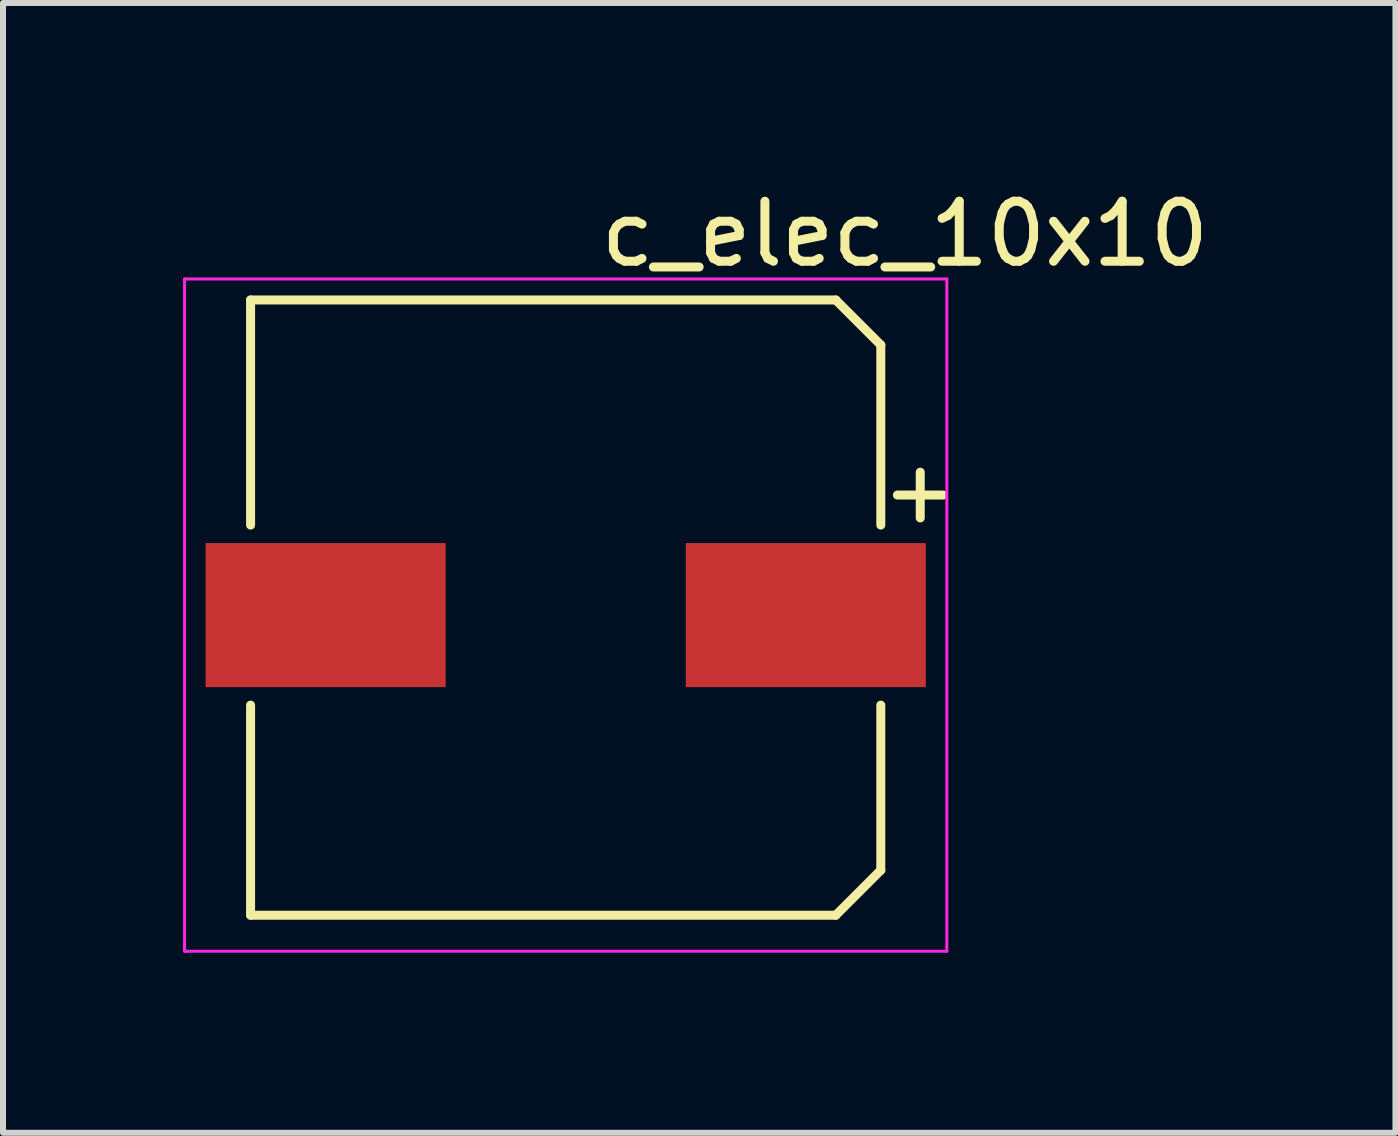
<source format=kicad_pcb>
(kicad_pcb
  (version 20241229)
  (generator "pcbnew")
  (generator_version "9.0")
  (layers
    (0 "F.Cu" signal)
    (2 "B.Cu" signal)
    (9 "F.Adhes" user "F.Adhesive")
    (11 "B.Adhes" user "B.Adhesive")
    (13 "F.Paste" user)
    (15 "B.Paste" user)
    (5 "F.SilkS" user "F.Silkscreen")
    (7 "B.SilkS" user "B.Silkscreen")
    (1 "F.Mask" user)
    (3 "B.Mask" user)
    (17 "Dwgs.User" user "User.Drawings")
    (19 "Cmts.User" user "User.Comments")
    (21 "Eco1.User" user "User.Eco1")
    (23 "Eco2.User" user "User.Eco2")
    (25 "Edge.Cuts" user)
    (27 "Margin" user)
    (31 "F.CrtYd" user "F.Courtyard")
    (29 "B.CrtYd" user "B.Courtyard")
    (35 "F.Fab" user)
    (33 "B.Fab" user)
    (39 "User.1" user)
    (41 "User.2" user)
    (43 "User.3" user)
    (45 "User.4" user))
  (footprint "c_elec_10x10"
    (layer "F.Cu")
    (at 6.375 7.198)
    (property "Reference" "c_elec_10x10" (at 5.652 -6.35 0) (layer "F.SilkS") (effects (font (size 1 1) (thickness 0.15))))
    (attr smd)
    (fp_line (start -5.25 -1.5) (end -5.25 -5.25) (stroke (width 0.15) (type solid)) (layer "F.SilkS"))
    (fp_line (start -5.25 5) (end -5.25 1.5) (stroke (width 0.15) (type solid)) (layer "F.SilkS"))
    (fp_line (start -5.25 5) (end 4.5 5) (stroke (width 0.15) (type solid)) (layer "F.SilkS"))
    (fp_line (start 4.5 -5.25) (end -5.25 -5.25) (stroke (width 0.15) (type solid)) (layer "F.SilkS"))
    (fp_line (start 4.5 5) (end 5.25 4.25) (stroke (width 0.15) (type solid)) (layer "F.SilkS"))
    (fp_line (start 5.25 -4.5) (end 4.5 -5.25) (stroke (width 0.15) (type solid)) (layer "F.SilkS"))
    (fp_line (start 5.25 -4.5) (end 5.25 -1.5) (stroke (width 0.15) (type solid)) (layer "F.SilkS"))
    (fp_line (start 5.25 1.5) (end 5.25 4.25) (stroke (width 0.15) (type solid)) (layer "F.SilkS"))
    (fp_line (start 5.907 -2.381) (end 5.907 -1.619) (stroke (width 0.15) (type solid)) (layer "F.SilkS"))
    (fp_line (start 6.288 -2) (end 5.526 -2) (stroke (width 0.15) (type solid)) (layer "F.SilkS"))
    (fp_line (start -6.35 -5.6) (end 6.35 -5.6) (stroke (width 0.05) (type solid)) (layer "F.CrtYd"))
    (fp_line (start -6.35 5.6) (end -6.35 -5.6) (stroke (width 0.05) (type solid)) (layer "F.CrtYd"))
    (fp_line (start 6.35 -5.6) (end 6.35 5.6) (stroke (width 0.05) (type solid)) (layer "F.CrtYd"))
    (fp_line (start 6.35 5.6) (end -6.35 5.6) (stroke (width 0.05) (type solid)) (layer "F.CrtYd"))
    (pad "1" smd rect (at 4 0) (size 4 2.4) (layers "F.Cu" "F.Mask" "F.Paste"))
    (pad "2" smd rect (at -4 0) (size 4 2.4) (layers "F.Cu" "F.Mask" "F.Paste")))
  (gr_rect
    (start -3 -3)
    (end 20.199 15.823)
    (stroke (width 0.1) (type default))
    (fill no)
    (layer "Edge.Cuts")))
</source>
